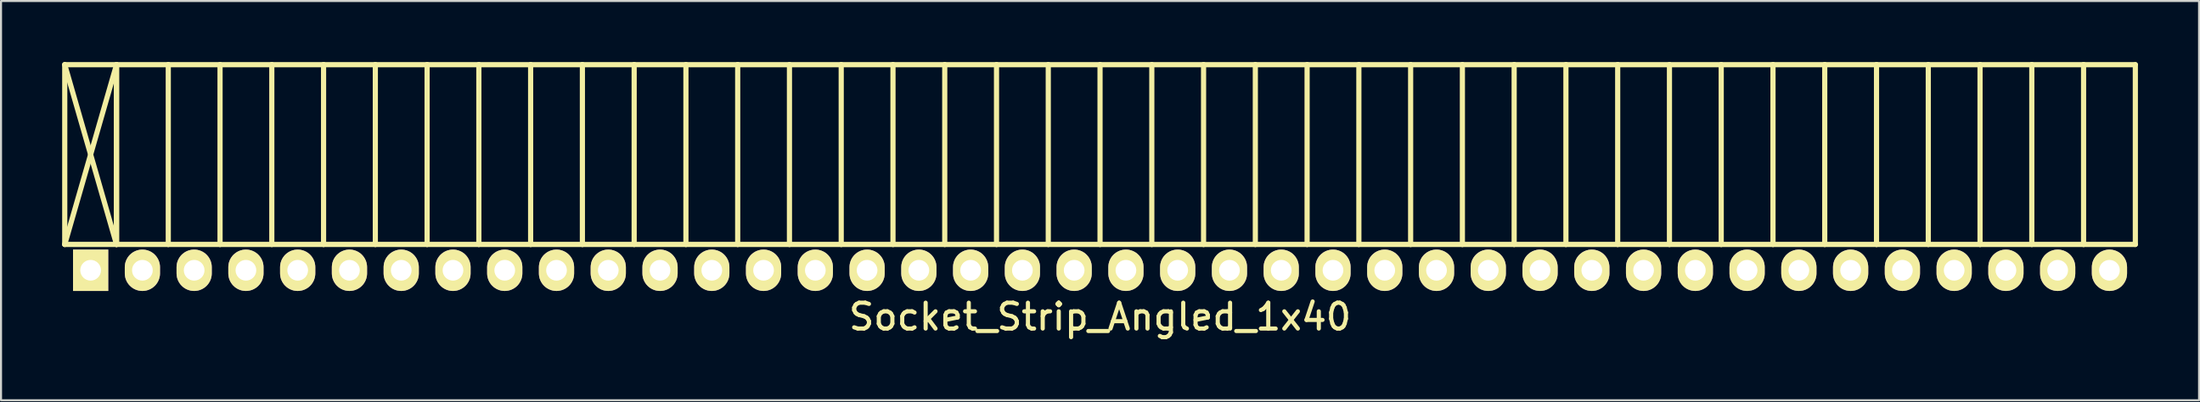
<source format=kicad_pcb>
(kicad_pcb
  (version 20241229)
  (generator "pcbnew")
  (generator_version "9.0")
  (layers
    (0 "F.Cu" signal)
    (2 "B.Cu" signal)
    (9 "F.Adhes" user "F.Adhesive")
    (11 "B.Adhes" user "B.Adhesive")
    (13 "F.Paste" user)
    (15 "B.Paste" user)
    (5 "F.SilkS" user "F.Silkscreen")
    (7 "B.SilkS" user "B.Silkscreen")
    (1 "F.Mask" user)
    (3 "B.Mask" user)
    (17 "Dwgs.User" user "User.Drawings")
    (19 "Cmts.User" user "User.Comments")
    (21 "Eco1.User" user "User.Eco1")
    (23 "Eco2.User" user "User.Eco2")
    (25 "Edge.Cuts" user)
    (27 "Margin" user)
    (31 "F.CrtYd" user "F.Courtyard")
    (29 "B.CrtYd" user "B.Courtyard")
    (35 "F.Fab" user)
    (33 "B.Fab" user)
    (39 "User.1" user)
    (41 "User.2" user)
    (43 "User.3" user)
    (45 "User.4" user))
  (footprint "Socket_Strip_Angled_1x40"
    (layer "F.Cu")
    (at 50.927 10.227)
    (property "Reference" "Socket_Strip_Angled_1x40" (at 0 2.286 0) (layer "F.SilkS") (effects (font (size 1.27 1.27) (thickness 0.203))))
    (attr through_hole)
    (fp_line (start -50.8 -10.1) (end -48.26 -10.1) (stroke (width 0.254) (type solid)) (layer "F.SilkS"))
    (fp_line (start -50.8 -10.1) (end -48.26 -1.27) (stroke (width 0.254) (type solid)) (layer "F.SilkS"))
    (fp_line (start -50.8 -1.27) (end -50.8 -10.1) (stroke (width 0.254) (type solid)) (layer "F.SilkS"))
    (fp_line (start -50.8 -1.27) (end -48.26 -10.1) (stroke (width 0.254) (type solid)) (layer "F.SilkS"))
    (fp_line (start -50.8 -1.27) (end -48.26 -1.27) (stroke (width 0.254) (type solid)) (layer "F.SilkS"))
    (fp_line (start -48.26 -10.1) (end -48.26 -1.27) (stroke (width 0.254) (type solid)) (layer "F.SilkS"))
    (fp_line (start -48.26 -10.1) (end -45.72 -10.1) (stroke (width 0.254) (type solid)) (layer "F.SilkS"))
    (fp_line (start -48.26 -1.27) (end -48.26 -10.1) (stroke (width 0.254) (type solid)) (layer "F.SilkS"))
    (fp_line (start -48.26 -1.27) (end -45.72 -1.27) (stroke (width 0.254) (type solid)) (layer "F.SilkS"))
    (fp_line (start -45.72 -10.1) (end -45.72 -1.27) (stroke (width 0.254) (type solid)) (layer "F.SilkS"))
    (fp_line (start -45.72 -10.1) (end -43.18 -10.1) (stroke (width 0.254) (type solid)) (layer "F.SilkS"))
    (fp_line (start -45.72 -1.27) (end -43.18 -1.27) (stroke (width 0.254) (type solid)) (layer "F.SilkS"))
    (fp_line (start -43.18 -10.1) (end -43.18 -1.27) (stroke (width 0.254) (type solid)) (layer "F.SilkS"))
    (fp_line (start -43.18 -10.1) (end -40.64 -10.1) (stroke (width 0.254) (type solid)) (layer "F.SilkS"))
    (fp_line (start -43.18 -1.27) (end -40.64 -1.27) (stroke (width 0.254) (type solid)) (layer "F.SilkS"))
    (fp_line (start -40.64 -10.1) (end -40.64 -1.27) (stroke (width 0.254) (type solid)) (layer "F.SilkS"))
    (fp_line (start -40.64 -10.1) (end -38.1 -10.1) (stroke (width 0.254) (type solid)) (layer "F.SilkS"))
    (fp_line (start -40.64 -1.27) (end -38.1 -1.27) (stroke (width 0.254) (type solid)) (layer "F.SilkS"))
    (fp_line (start -38.1 -10.1) (end -38.1 -1.27) (stroke (width 0.254) (type solid)) (layer "F.SilkS"))
    (fp_line (start -38.1 -10.1) (end -35.56 -10.1) (stroke (width 0.254) (type solid)) (layer "F.SilkS"))
    (fp_line (start -38.1 -1.27) (end -35.56 -1.27) (stroke (width 0.254) (type solid)) (layer "F.SilkS"))
    (fp_line (start -35.56 -10.1) (end -35.56 -1.27) (stroke (width 0.254) (type solid)) (layer "F.SilkS"))
    (fp_line (start -35.56 -10.1) (end -33.02 -10.1) (stroke (width 0.254) (type solid)) (layer "F.SilkS"))
    (fp_line (start -35.56 -1.27) (end -33.02 -1.27) (stroke (width 0.254) (type solid)) (layer "F.SilkS"))
    (fp_line (start -33.02 -10.1) (end -33.02 -1.27) (stroke (width 0.254) (type solid)) (layer "F.SilkS"))
    (fp_line (start -33.02 -10.1) (end -30.48 -10.1) (stroke (width 0.254) (type solid)) (layer "F.SilkS"))
    (fp_line (start -33.02 -1.27) (end -30.48 -1.27) (stroke (width 0.254) (type solid)) (layer "F.SilkS"))
    (fp_line (start -30.48 -10.1) (end -30.48 -1.27) (stroke (width 0.254) (type solid)) (layer "F.SilkS"))
    (fp_line (start -30.48 -10.1) (end -27.94 -10.1) (stroke (width 0.254) (type solid)) (layer "F.SilkS"))
    (fp_line (start -30.48 -1.27) (end -27.94 -1.27) (stroke (width 0.254) (type solid)) (layer "F.SilkS"))
    (fp_line (start -27.94 -10.1) (end -27.94 -1.27) (stroke (width 0.254) (type solid)) (layer "F.SilkS"))
    (fp_line (start -27.94 -10.1) (end -25.4 -10.1) (stroke (width 0.254) (type solid)) (layer "F.SilkS"))
    (fp_line (start -27.94 -1.27) (end -25.4 -1.27) (stroke (width 0.254) (type solid)) (layer "F.SilkS"))
    (fp_line (start -25.4 -10.1) (end -25.4 -1.27) (stroke (width 0.254) (type solid)) (layer "F.SilkS"))
    (fp_line (start -25.4 -10.1) (end -22.86 -10.1) (stroke (width 0.254) (type solid)) (layer "F.SilkS"))
    (fp_line (start -25.4 -1.27) (end -22.86 -1.27) (stroke (width 0.254) (type solid)) (layer "F.SilkS"))
    (fp_line (start -22.86 -10.1) (end -22.86 -1.27) (stroke (width 0.254) (type solid)) (layer "F.SilkS"))
    (fp_line (start -22.86 -10.1) (end -20.32 -10.1) (stroke (width 0.254) (type solid)) (layer "F.SilkS"))
    (fp_line (start -22.86 -1.27) (end -20.32 -1.27) (stroke (width 0.254) (type solid)) (layer "F.SilkS"))
    (fp_line (start -20.32 -10.1) (end -20.32 -1.27) (stroke (width 0.254) (type solid)) (layer "F.SilkS"))
    (fp_line (start -20.32 -10.1) (end -17.78 -10.1) (stroke (width 0.254) (type solid)) (layer "F.SilkS"))
    (fp_line (start -20.32 -1.27) (end -17.78 -1.27) (stroke (width 0.254) (type solid)) (layer "F.SilkS"))
    (fp_line (start -17.78 -10.1) (end -17.78 -1.27) (stroke (width 0.254) (type solid)) (layer "F.SilkS"))
    (fp_line (start -17.78 -10.1) (end -15.24 -10.1) (stroke (width 0.254) (type solid)) (layer "F.SilkS"))
    (fp_line (start -17.78 -1.27) (end -15.24 -1.27) (stroke (width 0.254) (type solid)) (layer "F.SilkS"))
    (fp_line (start -15.24 -10.1) (end -15.24 -1.27) (stroke (width 0.254) (type solid)) (layer "F.SilkS"))
    (fp_line (start -15.24 -10.1) (end -12.7 -10.1) (stroke (width 0.254) (type solid)) (layer "F.SilkS"))
    (fp_line (start -15.24 -1.27) (end -12.7 -1.27) (stroke (width 0.254) (type solid)) (layer "F.SilkS"))
    (fp_line (start -12.7 -10.1) (end -12.7 -1.27) (stroke (width 0.254) (type solid)) (layer "F.SilkS"))
    (fp_line (start -12.7 -10.1) (end -10.16 -10.1) (stroke (width 0.254) (type solid)) (layer "F.SilkS"))
    (fp_line (start -12.7 -1.27) (end -10.16 -1.27) (stroke (width 0.254) (type solid)) (layer "F.SilkS"))
    (fp_line (start -10.16 -10.1) (end -10.16 -1.27) (stroke (width 0.254) (type solid)) (layer "F.SilkS"))
    (fp_line (start -10.16 -10.1) (end -7.62 -10.1) (stroke (width 0.254) (type solid)) (layer "F.SilkS"))
    (fp_line (start -10.16 -1.27) (end -7.62 -1.27) (stroke (width 0.254) (type solid)) (layer "F.SilkS"))
    (fp_line (start -7.62 -10.1) (end -7.62 -1.27) (stroke (width 0.254) (type solid)) (layer "F.SilkS"))
    (fp_line (start -7.62 -10.1) (end -5.08 -10.1) (stroke (width 0.254) (type solid)) (layer "F.SilkS"))
    (fp_line (start -7.62 -1.27) (end -5.08 -1.27) (stroke (width 0.254) (type solid)) (layer "F.SilkS"))
    (fp_line (start -5.08 -10.1) (end -5.08 -1.27) (stroke (width 0.254) (type solid)) (layer "F.SilkS"))
    (fp_line (start -5.08 -10.1) (end -2.54 -10.1) (stroke (width 0.254) (type solid)) (layer "F.SilkS"))
    (fp_line (start -5.08 -1.27) (end -2.54 -1.27) (stroke (width 0.254) (type solid)) (layer "F.SilkS"))
    (fp_line (start -2.54 -10.1) (end -2.54 -1.27) (stroke (width 0.254) (type solid)) (layer "F.SilkS"))
    (fp_line (start -2.54 -10.1) (end 0 -10.1) (stroke (width 0.254) (type solid)) (layer "F.SilkS"))
    (fp_line (start -2.54 -1.27) (end 0 -1.27) (stroke (width 0.254) (type solid)) (layer "F.SilkS"))
    (fp_line (start 0 -10.1) (end 0 -1.27) (stroke (width 0.254) (type solid)) (layer "F.SilkS"))
    (fp_line (start 0 -10.1) (end 2.54 -10.1) (stroke (width 0.254) (type solid)) (layer "F.SilkS"))
    (fp_line (start 0 -1.27) (end 2.54 -1.27) (stroke (width 0.254) (type solid)) (layer "F.SilkS"))
    (fp_line (start 2.54 -10.1) (end 2.54 -1.27) (stroke (width 0.254) (type solid)) (layer "F.SilkS"))
    (fp_line (start 2.54 -10.1) (end 5.08 -10.1) (stroke (width 0.254) (type solid)) (layer "F.SilkS"))
    (fp_line (start 2.54 -1.27) (end 5.08 -1.27) (stroke (width 0.254) (type solid)) (layer "F.SilkS"))
    (fp_line (start 5.08 -10.1) (end 5.08 -1.27) (stroke (width 0.254) (type solid)) (layer "F.SilkS"))
    (fp_line (start 5.08 -10.1) (end 7.62 -10.1) (stroke (width 0.254) (type solid)) (layer "F.SilkS"))
    (fp_line (start 5.08 -1.27) (end 7.62 -1.27) (stroke (width 0.254) (type solid)) (layer "F.SilkS"))
    (fp_line (start 7.62 -10.1) (end 7.62 -1.27) (stroke (width 0.254) (type solid)) (layer "F.SilkS"))
    (fp_line (start 7.62 -10.1) (end 10.16 -10.1) (stroke (width 0.254) (type solid)) (layer "F.SilkS"))
    (fp_line (start 7.62 -1.27) (end 10.16 -1.27) (stroke (width 0.254) (type solid)) (layer "F.SilkS"))
    (fp_line (start 10.16 -10.1) (end 10.16 -1.27) (stroke (width 0.254) (type solid)) (layer "F.SilkS"))
    (fp_line (start 10.16 -10.1) (end 12.7 -10.1) (stroke (width 0.254) (type solid)) (layer "F.SilkS"))
    (fp_line (start 10.16 -1.27) (end 12.7 -1.27) (stroke (width 0.254) (type solid)) (layer "F.SilkS"))
    (fp_line (start 12.7 -10.1) (end 12.7 -1.27) (stroke (width 0.254) (type solid)) (layer "F.SilkS"))
    (fp_line (start 12.7 -10.1) (end 15.24 -10.1) (stroke (width 0.254) (type solid)) (layer "F.SilkS"))
    (fp_line (start 12.7 -1.27) (end 15.24 -1.27) (stroke (width 0.254) (type solid)) (layer "F.SilkS"))
    (fp_line (start 15.24 -10.1) (end 15.24 -1.27) (stroke (width 0.254) (type solid)) (layer "F.SilkS"))
    (fp_line (start 15.24 -10.1) (end 17.78 -10.1) (stroke (width 0.254) (type solid)) (layer "F.SilkS"))
    (fp_line (start 15.24 -1.27) (end 17.78 -1.27) (stroke (width 0.254) (type solid)) (layer "F.SilkS"))
    (fp_line (start 17.78 -10.1) (end 17.78 -1.27) (stroke (width 0.254) (type solid)) (layer "F.SilkS"))
    (fp_line (start 17.78 -10.1) (end 20.32 -10.1) (stroke (width 0.254) (type solid)) (layer "F.SilkS"))
    (fp_line (start 17.78 -1.27) (end 20.32 -1.27) (stroke (width 0.254) (type solid)) (layer "F.SilkS"))
    (fp_line (start 20.32 -10.1) (end 20.32 -1.27) (stroke (width 0.254) (type solid)) (layer "F.SilkS"))
    (fp_line (start 20.32 -10.1) (end 22.86 -10.1) (stroke (width 0.254) (type solid)) (layer "F.SilkS"))
    (fp_line (start 20.32 -1.27) (end 22.86 -1.27) (stroke (width 0.254) (type solid)) (layer "F.SilkS"))
    (fp_line (start 22.86 -10.1) (end 22.86 -1.27) (stroke (width 0.254) (type solid)) (layer "F.SilkS"))
    (fp_line (start 22.86 -10.1) (end 25.4 -10.1) (stroke (width 0.254) (type solid)) (layer "F.SilkS"))
    (fp_line (start 22.86 -1.27) (end 25.4 -1.27) (stroke (width 0.254) (type solid)) (layer "F.SilkS"))
    (fp_line (start 25.4 -10.1) (end 25.4 -1.27) (stroke (width 0.254) (type solid)) (layer "F.SilkS"))
    (fp_line (start 25.4 -10.1) (end 27.94 -10.1) (stroke (width 0.254) (type solid)) (layer "F.SilkS"))
    (fp_line (start 25.4 -1.27) (end 27.94 -1.27) (stroke (width 0.254) (type solid)) (layer "F.SilkS"))
    (fp_line (start 27.94 -10.1) (end 27.94 -1.27) (stroke (width 0.254) (type solid)) (layer "F.SilkS"))
    (fp_line (start 27.94 -10.1) (end 30.48 -10.1) (stroke (width 0.254) (type solid)) (layer "F.SilkS"))
    (fp_line (start 27.94 -1.27) (end 30.48 -1.27) (stroke (width 0.254) (type solid)) (layer "F.SilkS"))
    (fp_line (start 30.48 -10.1) (end 30.48 -1.27) (stroke (width 0.254) (type solid)) (layer "F.SilkS"))
    (fp_line (start 30.48 -10.1) (end 33.02 -10.1) (stroke (width 0.254) (type solid)) (layer "F.SilkS"))
    (fp_line (start 30.48 -1.27) (end 33.02 -1.27) (stroke (width 0.254) (type solid)) (layer "F.SilkS"))
    (fp_line (start 33.02 -10.1) (end 33.02 -1.27) (stroke (width 0.254) (type solid)) (layer "F.SilkS"))
    (fp_line (start 33.02 -10.1) (end 35.56 -10.1) (stroke (width 0.254) (type solid)) (layer "F.SilkS"))
    (fp_line (start 33.02 -1.27) (end 35.56 -1.27) (stroke (width 0.254) (type solid)) (layer "F.SilkS"))
    (fp_line (start 35.56 -10.1) (end 35.56 -1.27) (stroke (width 0.254) (type solid)) (layer "F.SilkS"))
    (fp_line (start 35.56 -10.1) (end 38.1 -10.1) (stroke (width 0.254) (type solid)) (layer "F.SilkS"))
    (fp_line (start 35.56 -1.27) (end 38.1 -1.27) (stroke (width 0.254) (type solid)) (layer "F.SilkS"))
    (fp_line (start 38.1 -10.1) (end 38.1 -1.27) (stroke (width 0.254) (type solid)) (layer "F.SilkS"))
    (fp_line (start 38.1 -10.1) (end 40.64 -10.1) (stroke (width 0.254) (type solid)) (layer "F.SilkS"))
    (fp_line (start 38.1 -1.27) (end 40.64 -1.27) (stroke (width 0.254) (type solid)) (layer "F.SilkS"))
    (fp_line (start 40.64 -10.1) (end 40.64 -1.27) (stroke (width 0.254) (type solid)) (layer "F.SilkS"))
    (fp_line (start 40.64 -10.1) (end 43.18 -10.1) (stroke (width 0.254) (type solid)) (layer "F.SilkS"))
    (fp_line (start 40.64 -1.27) (end 43.18 -1.27) (stroke (width 0.254) (type solid)) (layer "F.SilkS"))
    (fp_line (start 43.18 -10.1) (end 43.18 -1.27) (stroke (width 0.254) (type solid)) (layer "F.SilkS"))
    (fp_line (start 43.18 -10.1) (end 45.72 -10.1) (stroke (width 0.254) (type solid)) (layer "F.SilkS"))
    (fp_line (start 43.18 -1.27) (end 45.72 -1.27) (stroke (width 0.254) (type solid)) (layer "F.SilkS"))
    (fp_line (start 45.72 -10.1) (end 45.72 -1.27) (stroke (width 0.254) (type solid)) (layer "F.SilkS"))
    (fp_line (start 45.72 -10.1) (end 48.26 -10.1) (stroke (width 0.254) (type solid)) (layer "F.SilkS"))
    (fp_line (start 45.72 -1.27) (end 48.26 -1.27) (stroke (width 0.254) (type solid)) (layer "F.SilkS"))
    (fp_line (start 48.26 -10.1) (end 48.26 -1.27) (stroke (width 0.254) (type solid)) (layer "F.SilkS"))
    (fp_line (start 48.26 -10.1) (end 50.8 -10.1) (stroke (width 0.254) (type solid)) (layer "F.SilkS"))
    (fp_line (start 48.26 -1.27) (end 50.8 -1.27) (stroke (width 0.254) (type solid)) (layer "F.SilkS"))
    (fp_line (start 50.8 -10.1) (end 50.8 -1.27) (stroke (width 0.254) (type solid)) (layer "F.SilkS"))
    (pad "1" thru_hole rect (at -49.53 0) (size 1.727 2.032) (drill 1.016) (layers "*.Cu" "*.Mask" "F.SilkS"))
    (pad "2" thru_hole oval (at -46.99 0) (size 1.727 2.032) (drill 1.016) (layers "*.Cu" "*.Mask" "F.SilkS"))
    (pad "3" thru_hole oval (at -44.45 0) (size 1.727 2.032) (drill 1.016) (layers "*.Cu" "*.Mask" "F.SilkS"))
    (pad "4" thru_hole oval (at -41.91 0) (size 1.727 2.032) (drill 1.016) (layers "*.Cu" "*.Mask" "F.SilkS"))
    (pad "5" thru_hole oval (at -39.37 0) (size 1.727 2.032) (drill 1.016) (layers "*.Cu" "*.Mask" "F.SilkS"))
    (pad "6" thru_hole oval (at -36.83 0) (size 1.727 2.032) (drill 1.016) (layers "*.Cu" "*.Mask" "F.SilkS"))
    (pad "7" thru_hole oval (at -34.29 0) (size 1.727 2.032) (drill 1.016) (layers "*.Cu" "*.Mask" "F.SilkS"))
    (pad "8" thru_hole oval (at -31.75 0) (size 1.727 2.032) (drill 1.016) (layers "*.Cu" "*.Mask" "F.SilkS"))
    (pad "9" thru_hole oval (at -29.21 0) (size 1.727 2.032) (drill 1.016) (layers "*.Cu" "*.Mask" "F.SilkS"))
    (pad "10" thru_hole oval (at -26.67 0) (size 1.727 2.032) (drill 1.016) (layers "*.Cu" "*.Mask" "F.SilkS"))
    (pad "11" thru_hole oval (at -24.13 0) (size 1.727 2.032) (drill 1.016) (layers "*.Cu" "*.Mask" "F.SilkS"))
    (pad "12" thru_hole oval (at -21.59 0) (size 1.727 2.032) (drill 1.016) (layers "*.Cu" "*.Mask" "F.SilkS"))
    (pad "13" thru_hole oval (at -19.05 0) (size 1.727 2.032) (drill 1.016) (layers "*.Cu" "*.Mask" "F.SilkS"))
    (pad "14" thru_hole oval (at -16.51 0) (size 1.727 2.032) (drill 1.016) (layers "*.Cu" "*.Mask" "F.SilkS"))
    (pad "15" thru_hole oval (at -13.97 0) (size 1.727 2.032) (drill 1.016) (layers "*.Cu" "*.Mask" "F.SilkS"))
    (pad "16" thru_hole oval (at -11.43 0) (size 1.727 2.032) (drill 1.016) (layers "*.Cu" "*.Mask" "F.SilkS"))
    (pad "17" thru_hole oval (at -8.89 0) (size 1.727 2.032) (drill 1.016) (layers "*.Cu" "*.Mask" "F.SilkS"))
    (pad "18" thru_hole oval (at -6.35 0) (size 1.727 2.032) (drill 1.016) (layers "*.Cu" "*.Mask" "F.SilkS"))
    (pad "19" thru_hole oval (at -3.81 0) (size 1.727 2.032) (drill 1.016) (layers "*.Cu" "*.Mask" "F.SilkS"))
    (pad "20" thru_hole oval (at -1.27 0) (size 1.727 2.032) (drill 1.016) (layers "*.Cu" "*.Mask" "F.SilkS"))
    (pad "21" thru_hole oval (at 1.27 0) (size 1.727 2.032) (drill 1.016) (layers "*.Cu" "*.Mask" "F.SilkS"))
    (pad "22" thru_hole oval (at 3.81 0) (size 1.727 2.032) (drill 1.016) (layers "*.Cu" "*.Mask" "F.SilkS"))
    (pad "23" thru_hole oval (at 6.35 0) (size 1.727 2.032) (drill 1.016) (layers "*.Cu" "*.Mask" "F.SilkS"))
    (pad "24" thru_hole oval (at 8.89 0) (size 1.727 2.032) (drill 1.016) (layers "*.Cu" "*.Mask" "F.SilkS"))
    (pad "25" thru_hole oval (at 11.43 0) (size 1.727 2.032) (drill 1.016) (layers "*.Cu" "*.Mask" "F.SilkS"))
    (pad "26" thru_hole oval (at 13.97 0) (size 1.727 2.032) (drill 1.016) (layers "*.Cu" "*.Mask" "F.SilkS"))
    (pad "27" thru_hole oval (at 16.51 0) (size 1.727 2.032) (drill 1.016) (layers "*.Cu" "*.Mask" "F.SilkS"))
    (pad "28" thru_hole oval (at 19.05 0) (size 1.727 2.032) (drill 1.016) (layers "*.Cu" "*.Mask" "F.SilkS"))
    (pad "29" thru_hole oval (at 21.59 0) (size 1.727 2.032) (drill 1.016) (layers "*.Cu" "*.Mask" "F.SilkS"))
    (pad "30" thru_hole oval (at 24.13 0) (size 1.727 2.032) (drill 1.016) (layers "*.Cu" "*.Mask" "F.SilkS"))
    (pad "31" thru_hole oval (at 26.67 0) (size 1.727 2.032) (drill 1.016) (layers "*.Cu" "*.Mask" "F.SilkS"))
    (pad "32" thru_hole oval (at 29.21 0) (size 1.727 2.032) (drill 1.016) (layers "*.Cu" "*.Mask" "F.SilkS"))
    (pad "33" thru_hole oval (at 31.75 0) (size 1.727 2.032) (drill 1.016) (layers "*.Cu" "*.Mask" "F.SilkS"))
    (pad "34" thru_hole oval (at 34.29 0) (size 1.727 2.032) (drill 1.016) (layers "*.Cu" "*.Mask" "F.SilkS"))
    (pad "35" thru_hole oval (at 36.83 0) (size 1.727 2.032) (drill 1.016) (layers "*.Cu" "*.Mask" "F.SilkS"))
    (pad "36" thru_hole oval (at 39.37 0) (size 1.727 2.032) (drill 1.016) (layers "*.Cu" "*.Mask" "F.SilkS"))
    (pad "37" thru_hole oval (at 41.91 0) (size 1.727 2.032) (drill 1.016) (layers "*.Cu" "*.Mask" "F.SilkS"))
    (pad "38" thru_hole oval (at 44.45 0) (size 1.727 2.032) (drill 1.016) (layers "*.Cu" "*.Mask" "F.SilkS"))
    (pad "39" thru_hole oval (at 46.99 0) (size 1.727 2.032) (drill 1.016) (layers "*.Cu" "*.Mask" "F.SilkS"))
    (pad "40" thru_hole oval (at 49.53 0) (size 1.727 2.032) (drill 1.016) (layers "*.Cu" "*.Mask" "F.SilkS")))
  (gr_rect
    (start -3 -3)
    (end 104.854 16.613)
    (stroke (width 0.1) (type default))
    (fill no)
    (layer "Edge.Cuts")))
</source>
